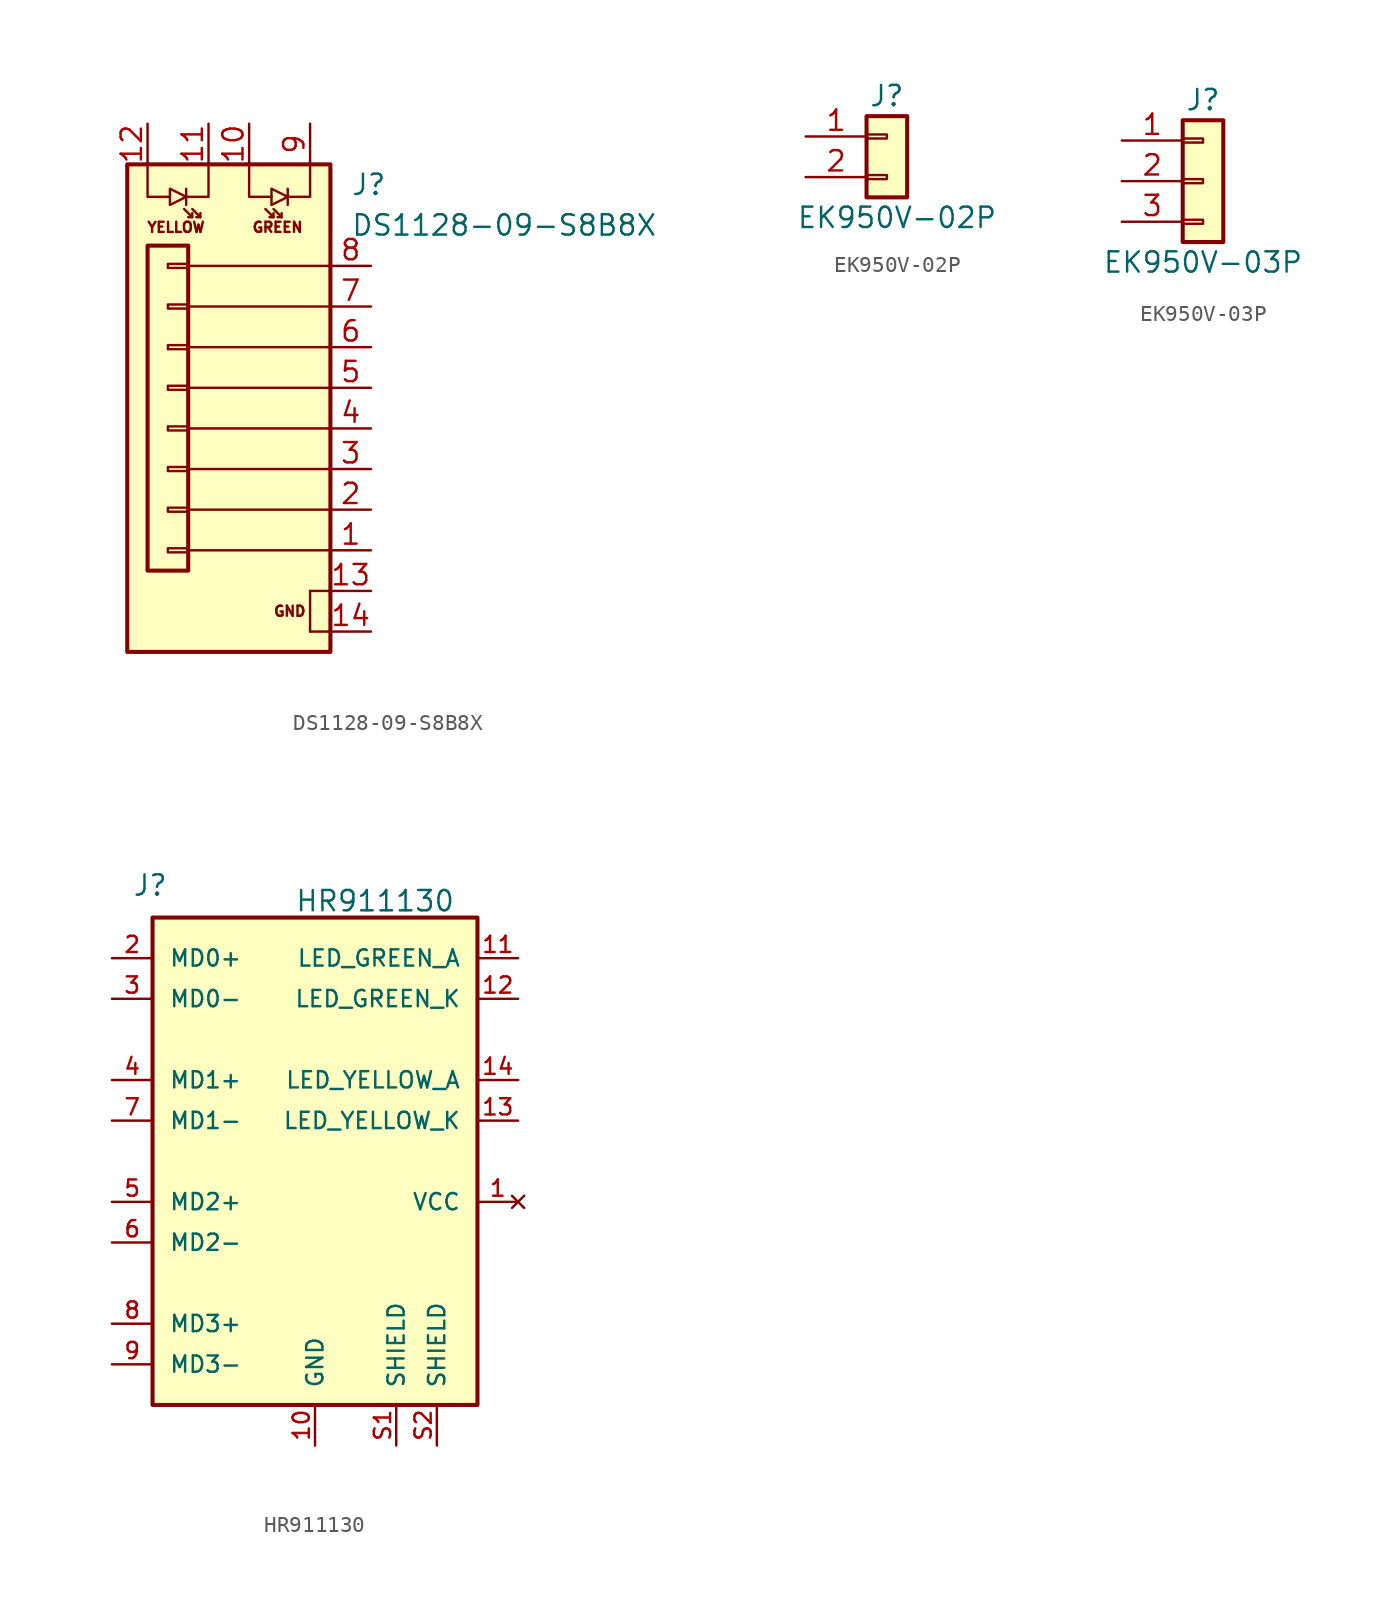
<source format=kicad_sym>
(kicad_symbol_lib
  (version 20231120)
  (generator "kicad_symbol_editor")
  (generator_version "8.0")
  (symbol "DS1128-09-S8B8X"
    (property "Reference" "J"
      (at 7.62 8.89 0)
      (effects (font (size 1.27 1.27)) (justify left)))
    (property "Value" "DS1128-09-S8B8X"
      (at 7.62 6.35 0)
      (effects (font (size 1.27 1.27)) (justify left)))
    (symbol "DS1128-09-S8B8X_0_1"
      (rectangle (start -6.35 10.16) (end 6.35 -20.32) (stroke (width 0.254) (type default)) (fill (type background)))
      (rectangle (start -5.08 5.08) (end -2.54 -15.24) (stroke (width 0.254) (type default)) (fill (type none)))
      (polyline (pts (xy -2.54 -13.97) (xy 6.35 -13.97)) (stroke (width 0) (type default)) (fill (type none)))
      (polyline (pts (xy -2.54 -11.43) (xy 6.35 -11.43)) (stroke (width 0) (type default)) (fill (type none)))
      (polyline (pts (xy -2.54 -8.89) (xy 6.35 -8.89)) (stroke (width 0) (type default)) (fill (type none)))
      (polyline (pts (xy -2.54 -6.35) (xy 6.35 -6.35)) (stroke (width 0) (type default)) (fill (type none)))
      (polyline (pts (xy -2.54 -3.81) (xy 6.35 -3.81)) (stroke (width 0) (type default)) (fill (type none)))
      (polyline (pts (xy -2.54 -1.27) (xy 6.35 -1.27)) (stroke (width 0) (type default)) (fill (type none)))
      (polyline (pts (xy -2.54 1.27) (xy 6.35 1.27)) (stroke (width 0) (type default)) (fill (type none)))
      (polyline (pts (xy -2.54 3.81) (xy 6.35 3.81)) (stroke (width 0) (type default)) (fill (type none)))
      (polyline (pts (xy 5.08 -19.05) (xy 5.08 -16.51)) (stroke (width 0) (type default)) (fill (type none)))
      (polyline (pts (xy 5.08 -19.05) (xy 6.35 -19.05)) (stroke (width 0) (type default)) (fill (type none)))
      (polyline (pts (xy 5.08 -16.51) (xy 6.35 -16.51)) (stroke (width 0) (type default)) (fill (type none))))
    (symbol "DS1128-09-S8B8X_1_1"
      (rectangle (start -2.54 -14.097) (end -3.81 -13.843) (stroke (width 0.152) (type default)) (fill (type none)))
      (rectangle (start -2.54 -11.557) (end -3.81 -11.303) (stroke (width 0.152) (type default)) (fill (type none)))
      (rectangle (start -2.54 -9.017) (end -3.81 -8.763) (stroke (width 0.152) (type default)) (fill (type none)))
      (rectangle (start -2.54 -6.477) (end -3.81 -6.223) (stroke (width 0.152) (type default)) (fill (type none)))
      (rectangle (start -2.54 -3.937) (end -3.81 -3.683) (stroke (width 0.152) (type default)) (fill (type none)))
      (rectangle (start -2.54 -1.397) (end -3.81 -1.143) (stroke (width 0.152) (type default)) (fill (type none)))
      (rectangle (start -2.54 1.143) (end -3.81 1.397) (stroke (width 0.152) (type default)) (fill (type none)))
      (rectangle (start -2.54 3.683) (end -3.81 3.937) (stroke (width 0.152) (type default)) (fill (type none)))
      (polyline (pts (xy -2.667 8.636) (xy -2.667 7.62)) (stroke (width 0) (type default)) (fill (type none)))
      (polyline (pts (xy -2.286 6.858) (xy -2.794 7.366)) (stroke (width 0) (type default)) (fill (type none)))
      (polyline (pts (xy -1.778 6.858) (xy -2.286 7.366)) (stroke (width 0) (type default)) (fill (type none)))
      (polyline (pts (xy 2.794 6.858) (xy 2.286 7.366)) (stroke (width 0) (type default)) (fill (type none)))
      (polyline (pts (xy 3.302 6.858) (xy 2.794 7.366)) (stroke (width 0) (type default)) (fill (type none)))
      (polyline (pts (xy 3.683 8.636) (xy 3.683 7.62)) (stroke (width 0) (type default)) (fill (type none)))
      (polyline (pts (xy -5.08 10.16) (xy -5.08 8.128) (xy -3.683 8.128)) (stroke (width 0) (type default)) (fill (type none)))
      (polyline (pts (xy -2.286 7.112) (xy -2.286 6.858) (xy -2.54 6.858)) (stroke (width 0) (type default)) (fill (type none)))
      (polyline (pts (xy -1.778 7.112) (xy -1.778 6.858) (xy -2.032 6.858)) (stroke (width 0) (type default)) (fill (type none)))
      (polyline (pts (xy -1.27 10.16) (xy -1.27 8.128) (xy -2.667 8.128)) (stroke (width 0) (type default)) (fill (type none)))
      (polyline (pts (xy 1.27 10.16) (xy 1.27 8.128) (xy 2.667 8.128)) (stroke (width 0) (type default)) (fill (type none)))
      (polyline (pts (xy 2.794 7.112) (xy 2.794 6.858) (xy 2.54 6.858)) (stroke (width 0) (type default)) (fill (type none)))
      (polyline (pts (xy 3.302 7.112) (xy 3.302 6.858) (xy 3.048 6.858)) (stroke (width 0) (type default)) (fill (type none)))
      (polyline (pts (xy 5.08 10.16) (xy 5.08 8.128) (xy 3.683 8.128)) (stroke (width 0) (type default)) (fill (type none)))
      (polyline (pts (xy -2.667 8.128) (xy -3.683 8.636) (xy -3.683 7.62) (xy -2.667 8.128)) (stroke (width 0) (type default)) (fill (type none)))
      (polyline (pts (xy 3.683 8.128) (xy 2.667 8.636) (xy 2.667 7.62) (xy 3.683 8.128)) (stroke (width 0) (type default)) (fill (type none)))
      (text "GND" (at 3.81 -17.78 0) (effects (font (size 0.635 0.635))))
      (text "GREEN" (at 3.048 6.223 0) (effects (font (size 0.635 0.635))))
      (text "YELLOW" (at -3.302 6.223 0) (effects (font (size 0.635 0.635))))
      (pin passive line (at 8.89 -13.97 180) (length 2.54) (name "" (effects (font (size 1.27 1.27)))) (number "1" (effects (font (size 1.27 1.27)))))
      (pin passive line (at 1.27 12.7 270) (length 2.54) (name "" (effects (font (size 1.27 1.27)))) (number "10" (effects (font (size 1.27 1.27)))))
      (pin passive line (at -1.27 12.7 270) (length 2.54) (name "" (effects (font (size 1.27 1.27)))) (number "11" (effects (font (size 1.27 1.27)))))
      (pin passive line (at -5.08 12.7 270) (length 2.54) (name "" (effects (font (size 1.27 1.27)))) (number "12" (effects (font (size 1.27 1.27)))))
      (pin passive line (at 8.89 -16.51 180) (length 2.54) (name "" (effects (font (size 1.27 1.27)))) (number "13" (effects (font (size 1.27 1.27)))))
      (pin passive line (at 8.89 -19.05 180) (length 2.54) (name "" (effects (font (size 1.27 1.27)))) (number "14" (effects (font (size 1.27 1.27)))))
      (pin passive line (at 8.89 -11.43 180) (length 2.54) (name "" (effects (font (size 1.27 1.27)))) (number "2" (effects (font (size 1.27 1.27)))))
      (pin passive line (at 8.89 -8.89 180) (length 2.54) (name "" (effects (font (size 1.27 1.27)))) (number "3" (effects (font (size 1.27 1.27)))))
      (pin passive line (at 8.89 -6.35 180) (length 2.54) (name "" (effects (font (size 1.27 1.27)))) (number "4" (effects (font (size 1.27 1.27)))))
      (pin passive line (at 8.89 -3.81 180) (length 2.54) (name "" (effects (font (size 1.27 1.27)))) (number "5" (effects (font (size 1.27 1.27)))))
      (pin passive line (at 8.89 -1.27 180) (length 2.54) (name "" (effects (font (size 1.27 1.27)))) (number "6" (effects (font (size 1.27 1.27)))))
      (pin passive line (at 8.89 1.27 180) (length 2.54) (name "" (effects (font (size 1.27 1.27)))) (number "7" (effects (font (size 1.27 1.27)))))
      (pin passive line (at 8.89 3.81 180) (length 2.54) (name "" (effects (font (size 1.27 1.27)))) (number "8" (effects (font (size 1.27 1.27)))))
      (pin passive line (at 5.08 12.7 270) (length 2.54) (name "" (effects (font (size 1.27 1.27)))) (number "9" (effects (font (size 1.27 1.27)))))))
  (symbol "EK950V-02P"
    (pin_names
      (offset 1.016))
    (property "Reference" "J"
      (at 0 3.81 0)
      (effects (font (size 1.27 1.27))))
    (property "Value" "EK950V-02P"
      (at 0.635 -3.81 0)
      (effects (font (size 1.27 1.27))))
    (symbol "EK950V-02P_1_1"
      (rectangle (start -1.27 -1.143) (end 0 -1.397) (stroke (width 0.152) (type default)) (fill (type none)))
      (rectangle (start -1.27 1.397) (end 0 1.143) (stroke (width 0.152) (type default)) (fill (type none)))
      (rectangle (start -1.27 2.54) (end 1.27 -2.54) (stroke (width 0.254) (type default)) (fill (type background)))
      (pin passive line (at -5.08 1.27 0) (length 3.81) (name "~" (effects (font (size 1.27 1.27)))) (number "1" (effects (font (size 1.27 1.27)))))
      (pin passive line (at -5.08 -1.27 0) (length 3.81) (name "~" (effects (font (size 1.27 1.27)))) (number "2" (effects (font (size 1.27 1.27)))))))
  (symbol "EK950V-03P"
    (pin_names
      (offset 1.016) hide)
    (property "Reference" "J"
      (at 0 5.08 0)
      (effects (font (size 1.27 1.27))))
    (property "Value" "EK950V-03P"
      (at 0 -5.08 0)
      (effects (font (size 1.27 1.27))))
    (symbol "EK950V-03P_1_1"
      (rectangle (start -1.27 -2.413) (end 0 -2.667) (stroke (width 0.152) (type default)) (fill (type none)))
      (rectangle (start -1.27 0.127) (end 0 -0.127) (stroke (width 0.152) (type default)) (fill (type none)))
      (rectangle (start -1.27 2.667) (end 0 2.413) (stroke (width 0.152) (type default)) (fill (type none)))
      (rectangle (start -1.27 3.81) (end 1.27 -3.81) (stroke (width 0.254) (type default)) (fill (type background)))
      (pin passive line (at -5.08 2.54 0) (length 3.81) (name "Pin_1" (effects (font (size 1.27 1.27)))) (number "1" (effects (font (size 1.27 1.27)))))
      (pin passive line (at -5.08 0 0) (length 3.81) (name "Pin_2" (effects (font (size 1.27 1.27)))) (number "2" (effects (font (size 1.27 1.27)))))
      (pin passive line (at -5.08 -2.54 0) (length 3.81) (name "Pin_3" (effects (font (size 1.27 1.27)))) (number "3" (effects (font (size 1.27 1.27)))))))
  (symbol "HR911130"
    (pin_names
      (offset 1.016))
    (property "Reference" "J"
      (at -11.43 16.51 0)
      (effects (font (size 1.27 1.27)) (justify left bottom)))
    (property "Value" "HR911130"
      (at -1.27 17.018 0)
      (effects (font (size 1.27 1.27)) (justify left top)))
    (symbol "HR911130_0_0"
      (rectangle (start -10.16 15.24) (end 10.16 -15.24) (stroke (width 0.254) (type default)) (fill (type background)))
      (pin passive line (at 5.08 -17.78 90) (length 2.54) (name "SHIELD" (effects (font (size 1.016 1.016)))) (number "S1" (effects (font (size 1.016 1.016)))))
      (pin passive line (at 7.62 -17.78 90) (length 2.54) (name "SHIELD" (effects (font (size 1.016 1.016)))) (number "S2" (effects (font (size 1.016 1.016))))))
    (symbol "HR911130_1_0"
      (pin no_connect line (at 12.7 -2.54 180) (length 2.54) (name "VCC" (effects (font (size 1.016 1.016)))) (number "1" (effects (font (size 1.016 1.016)))))
      (pin passive line (at 0 -17.78 90) (length 2.54) (name "GND" (effects (font (size 1.016 1.016)))) (number "10" (effects (font (size 1.016 1.016)))))
      (pin passive line (at 12.7 12.7 180) (length 2.54) (name "LED_GREEN_A" (effects (font (size 1.016 1.016)))) (number "11" (effects (font (size 1.016 1.016)))))
      (pin passive line (at 12.7 10.16 180) (length 2.54) (name "LED_GREEN_K" (effects (font (size 1.016 1.016)))) (number "12" (effects (font (size 1.016 1.016)))))
      (pin passive line (at 12.7 2.54 180) (length 2.54) (name "LED_YELLOW_K" (effects (font (size 1.016 1.016)))) (number "13" (effects (font (size 1.016 1.016)))))
      (pin passive line (at 12.7 5.08 180) (length 2.54) (name "LED_YELLOW_A" (effects (font (size 1.016 1.016)))) (number "14" (effects (font (size 1.016 1.016)))))
      (pin passive line (at -12.7 12.7 0) (length 2.54) (name "MD0+" (effects (font (size 1.016 1.016)))) (number "2" (effects (font (size 1.016 1.016)))))
      (pin passive line (at -12.7 10.16 0) (length 2.54) (name "MD0-" (effects (font (size 1.016 1.016)))) (number "3" (effects (font (size 1.016 1.016)))))
      (pin passive line (at -12.7 5.08 0) (length 2.54) (name "MD1+" (effects (font (size 1.016 1.016)))) (number "4" (effects (font (size 1.016 1.016)))))
      (pin passive line (at -12.7 -2.54 0) (length 2.54) (name "MD2+" (effects (font (size 1.016 1.016)))) (number "5" (effects (font (size 1.016 1.016)))))
      (pin passive line (at -12.7 -5.08 0) (length 2.54) (name "MD2-" (effects (font (size 1.016 1.016)))) (number "6" (effects (font (size 1.016 1.016)))))
      (pin passive line (at -12.7 2.54 0) (length 2.54) (name "MD1-" (effects (font (size 1.016 1.016)))) (number "7" (effects (font (size 1.016 1.016)))))
      (pin passive line (at -12.7 -10.16 0) (length 2.54) (name "MD3+" (effects (font (size 1.016 1.016)))) (number "8" (effects (font (size 1.016 1.016)))))
      (pin passive line (at -12.7 -12.7 0) (length 2.54) (name "MD3-" (effects (font (size 1.016 1.016)))) (number "9" (effects (font (size 1.016 1.016))))))))
</source>
